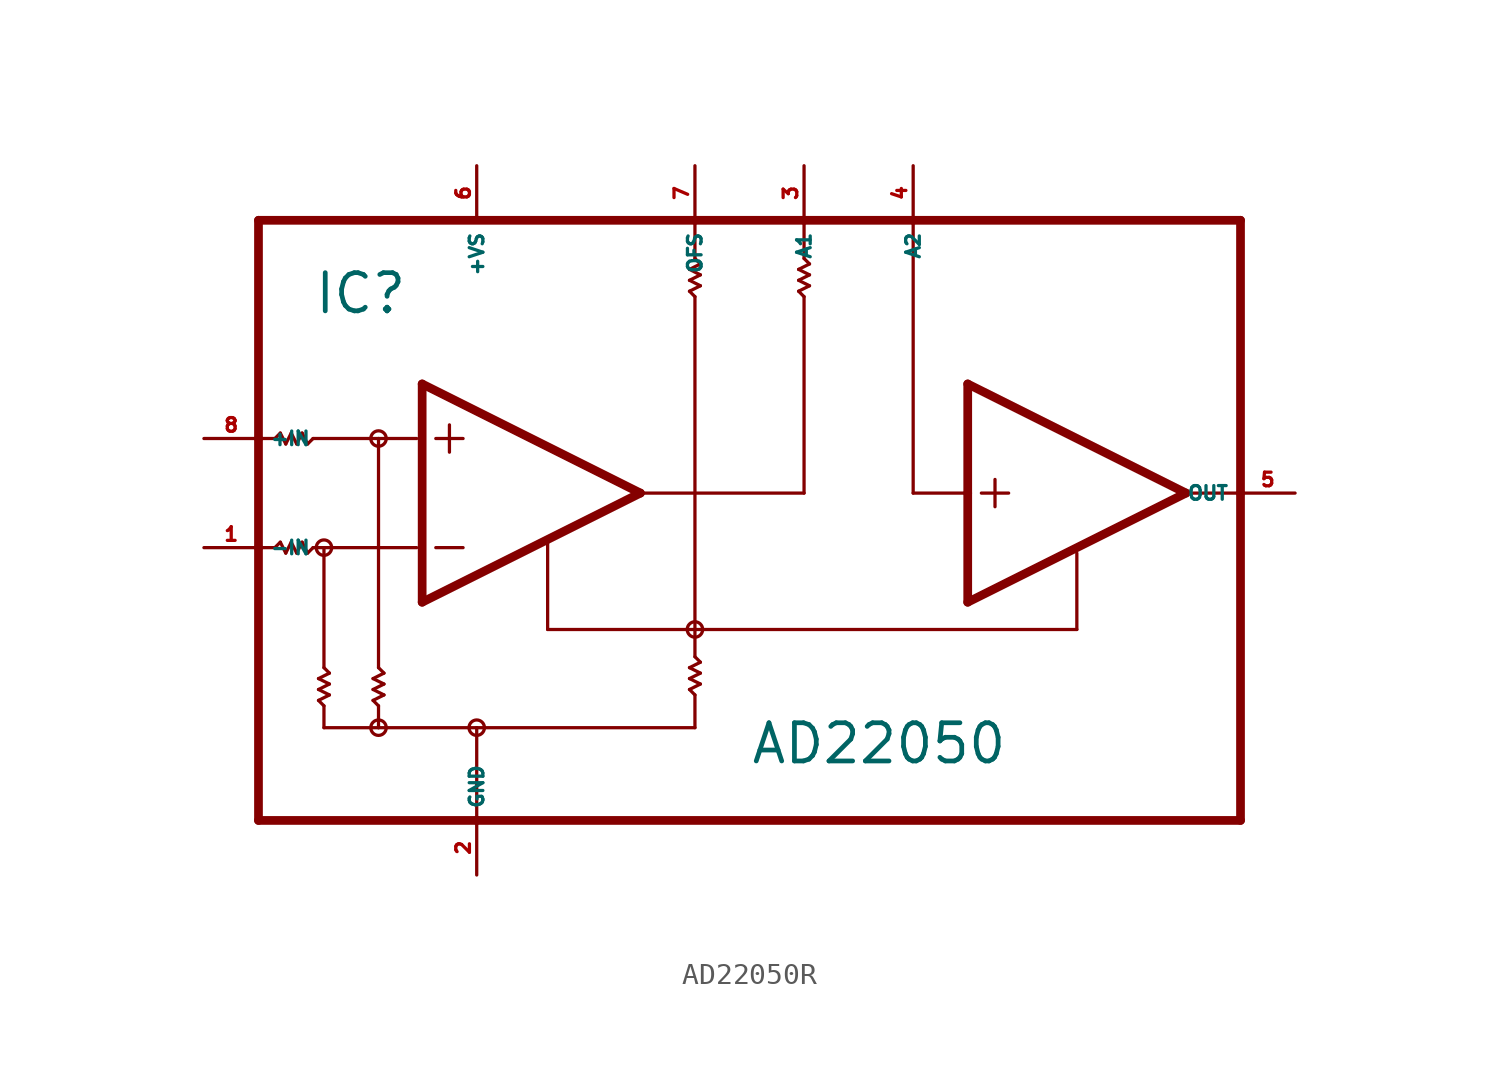
<source format=kicad_sym>
(kicad_symbol_lib
  (version 20220914)
  (generator Eagle2Kicad)
  (symbol "AD22050R"
    (property "Reference" "IC"
      (at -20.32 8.255 0)
      (effects (font (size 1.778 1.778) (thickness 0.22)) (justify left bottom)))
    (property "Value" "AD22050"
      (at 0 -12.7 0)
      (effects (font (size 1.778 1.778) (thickness 0.22)) (justify left bottom)))
    (polyline
      (pts (xy -15.24 5.08) (xy -15.24 -5.08))
      (stroke (width 0.406) (type default))
      (fill (type none)))
    (polyline
      (pts (xy -15.24 -5.08) (xy -5.08 0))
      (stroke (width 0.406) (type default))
      (fill (type none)))
    (polyline
      (pts (xy -5.08 0) (xy -15.24 5.08))
      (stroke (width 0.406) (type default))
      (fill (type none)))
    (polyline
      (pts (xy -13.97 3.175) (xy -13.97 1.905))
      (stroke (width 0.152) (type default))
      (fill (type none)))
    (polyline
      (pts (xy -14.605 2.54) (xy -13.335 2.54))
      (stroke (width 0.152) (type default))
      (fill (type none)))
    (polyline
      (pts (xy -14.605 -2.54) (xy -13.335 -2.54))
      (stroke (width 0.152) (type default))
      (fill (type none)))
    (polyline
      (pts (xy 10.16 5.08) (xy 10.16 0))
      (stroke (width 0.406) (type default))
      (fill (type none)))
    (polyline
      (pts (xy 10.16 0) (xy 10.16 -5.08))
      (stroke (width 0.406) (type default))
      (fill (type none)))
    (polyline
      (pts (xy 10.16 -5.08) (xy 20.32 0))
      (stroke (width 0.406) (type default))
      (fill (type none)))
    (polyline
      (pts (xy 20.32 0) (xy 10.16 5.08))
      (stroke (width 0.406) (type default))
      (fill (type none)))
    (polyline
      (pts (xy 11.43 0.635) (xy 11.43 -0.635))
      (stroke (width 0.152) (type default))
      (fill (type none)))
    (polyline
      (pts (xy 10.795 0) (xy 12.065 0))
      (stroke (width 0.152) (type default))
      (fill (type none)))
    (polyline
      (pts (xy -22.86 12.7) (xy -2.54 12.7))
      (stroke (width 0.406) (type default))
      (fill (type none)))
    (polyline
      (pts (xy -2.54 12.7) (xy 2.54 12.7))
      (stroke (width 0.406) (type default))
      (fill (type none)))
    (polyline
      (pts (xy 2.54 12.7) (xy 7.62 12.7))
      (stroke (width 0.406) (type default))
      (fill (type none)))
    (polyline
      (pts (xy 7.62 12.7) (xy 22.86 12.7))
      (stroke (width 0.406) (type default))
      (fill (type none)))
    (polyline
      (pts (xy 22.86 12.7) (xy 22.86 0))
      (stroke (width 0.406) (type default))
      (fill (type none)))
    (polyline
      (pts (xy 22.86 0) (xy 22.86 -15.24))
      (stroke (width 0.406) (type default))
      (fill (type none)))
    (polyline
      (pts (xy 22.86 -15.24) (xy -12.7 -15.24))
      (stroke (width 0.406) (type default))
      (fill (type none)))
    (polyline
      (pts (xy -12.7 -15.24) (xy -22.86 -15.24))
      (stroke (width 0.406) (type default))
      (fill (type none)))
    (polyline
      (pts (xy -22.86 -15.24) (xy -22.86 -2.54))
      (stroke (width 0.406) (type default))
      (fill (type none)))
    (polyline
      (pts (xy -22.86 -2.54) (xy -22.86 2.54))
      (stroke (width 0.406) (type default))
      (fill (type none)))
    (polyline
      (pts (xy -22.86 2.54) (xy -22.86 12.7))
      (stroke (width 0.406) (type default))
      (fill (type none)))
    (polyline
      (pts (xy -22.86 2.54) (xy -22.098 2.54))
      (stroke (width 0.152) (type default))
      (fill (type none)))
    (polyline
      (pts (xy -22.098 2.54) (xy -21.844 2.794))
      (stroke (width 0.152) (type default))
      (fill (type none)))
    (polyline
      (pts (xy -21.844 2.794) (xy -21.59 2.286))
      (stroke (width 0.152) (type default))
      (fill (type none)))
    (polyline
      (pts (xy -21.59 2.286) (xy -21.336 2.794))
      (stroke (width 0.152) (type default))
      (fill (type none)))
    (polyline
      (pts (xy -21.336 2.794) (xy -21.082 2.286))
      (stroke (width 0.152) (type default))
      (fill (type none)))
    (polyline
      (pts (xy -21.082 2.286) (xy -20.828 2.794))
      (stroke (width 0.152) (type default))
      (fill (type none)))
    (polyline
      (pts (xy -20.828 2.794) (xy -20.574 2.286))
      (stroke (width 0.152) (type default))
      (fill (type none)))
    (polyline
      (pts (xy -20.574 2.286) (xy -20.32 2.54))
      (stroke (width 0.152) (type default))
      (fill (type none)))
    (polyline
      (pts (xy -20.32 2.54) (xy -17.272 2.54))
      (stroke (width 0.152) (type default))
      (fill (type none)))
    (polyline
      (pts (xy -17.272 2.54) (xy -15.494 2.54))
      (stroke (width 0.152) (type default))
      (fill (type none)))
    (polyline
      (pts (xy -22.86 -2.54) (xy -22.098 -2.54))
      (stroke (width 0.152) (type default))
      (fill (type none)))
    (polyline
      (pts (xy -22.098 -2.54) (xy -21.844 -2.286))
      (stroke (width 0.152) (type default))
      (fill (type none)))
    (polyline
      (pts (xy -21.844 -2.286) (xy -21.59 -2.794))
      (stroke (width 0.152) (type default))
      (fill (type none)))
    (polyline
      (pts (xy -21.59 -2.794) (xy -21.336 -2.286))
      (stroke (width 0.152) (type default))
      (fill (type none)))
    (polyline
      (pts (xy -21.336 -2.286) (xy -21.082 -2.794))
      (stroke (width 0.152) (type default))
      (fill (type none)))
    (polyline
      (pts (xy -21.082 -2.794) (xy -20.828 -2.286))
      (stroke (width 0.152) (type default))
      (fill (type none)))
    (polyline
      (pts (xy -20.828 -2.286) (xy -20.574 -2.794))
      (stroke (width 0.152) (type default))
      (fill (type none)))
    (polyline
      (pts (xy -20.574 -2.794) (xy -20.32 -2.54))
      (stroke (width 0.152) (type default))
      (fill (type none)))
    (polyline
      (pts (xy -20.32 -2.54) (xy -19.812 -2.54))
      (stroke (width 0.152) (type default))
      (fill (type none)))
    (polyline
      (pts (xy -19.812 -2.54) (xy -15.494 -2.54))
      (stroke (width 0.152) (type default))
      (fill (type none)))
    (polyline
      (pts (xy -17.272 2.54) (xy -17.272 -8.128))
      (stroke (width 0.152) (type default))
      (fill (type none)))
    (polyline
      (pts (xy -19.812 -2.54) (xy -19.812 -8.128))
      (stroke (width 0.152) (type default))
      (fill (type none)))
    (polyline
      (pts (xy -19.812 -9.906) (xy -20.066 -9.652))
      (stroke (width 0.152) (type default))
      (fill (type none)))
    (polyline
      (pts (xy -20.066 -9.652) (xy -19.558 -9.398))
      (stroke (width 0.152) (type default))
      (fill (type none)))
    (polyline
      (pts (xy -19.558 -9.398) (xy -20.066 -9.144))
      (stroke (width 0.152) (type default))
      (fill (type none)))
    (polyline
      (pts (xy -20.066 -9.144) (xy -19.558 -8.89))
      (stroke (width 0.152) (type default))
      (fill (type none)))
    (polyline
      (pts (xy -19.558 -8.89) (xy -20.066 -8.636))
      (stroke (width 0.152) (type default))
      (fill (type none)))
    (polyline
      (pts (xy -20.066 -8.636) (xy -19.558 -8.382))
      (stroke (width 0.152) (type default))
      (fill (type none)))
    (polyline
      (pts (xy -19.558 -8.382) (xy -19.812 -8.128))
      (stroke (width 0.152) (type default))
      (fill (type none)))
    (polyline
      (pts (xy -17.272 -9.906) (xy -17.526 -9.652))
      (stroke (width 0.152) (type default))
      (fill (type none)))
    (polyline
      (pts (xy -17.526 -9.652) (xy -17.018 -9.398))
      (stroke (width 0.152) (type default))
      (fill (type none)))
    (polyline
      (pts (xy -17.018 -9.398) (xy -17.526 -9.144))
      (stroke (width 0.152) (type default))
      (fill (type none)))
    (polyline
      (pts (xy -17.526 -9.144) (xy -17.018 -8.89))
      (stroke (width 0.152) (type default))
      (fill (type none)))
    (polyline
      (pts (xy -17.018 -8.89) (xy -17.526 -8.636))
      (stroke (width 0.152) (type default))
      (fill (type none)))
    (polyline
      (pts (xy -17.526 -8.636) (xy -17.018 -8.382))
      (stroke (width 0.152) (type default))
      (fill (type none)))
    (polyline
      (pts (xy -17.018 -8.382) (xy -17.272 -8.128))
      (stroke (width 0.152) (type default))
      (fill (type none)))
    (polyline
      (pts (xy -2.54 9.144) (xy -2.794 9.398))
      (stroke (width 0.152) (type default))
      (fill (type none)))
    (polyline
      (pts (xy -2.794 9.398) (xy -2.286 9.652))
      (stroke (width 0.152) (type default))
      (fill (type none)))
    (polyline
      (pts (xy -2.286 9.652) (xy -2.794 9.906))
      (stroke (width 0.152) (type default))
      (fill (type none)))
    (polyline
      (pts (xy -2.794 9.906) (xy -2.286 10.16))
      (stroke (width 0.152) (type default))
      (fill (type none)))
    (polyline
      (pts (xy -2.286 10.16) (xy -2.794 10.414))
      (stroke (width 0.152) (type default))
      (fill (type none)))
    (polyline
      (pts (xy -2.794 10.414) (xy -2.286 10.668))
      (stroke (width 0.152) (type default))
      (fill (type none)))
    (polyline
      (pts (xy -2.286 10.668) (xy -2.54 10.922))
      (stroke (width 0.152) (type default))
      (fill (type none)))
    (polyline
      (pts (xy 2.54 9.144) (xy 2.286 9.398))
      (stroke (width 0.152) (type default))
      (fill (type none)))
    (polyline
      (pts (xy 2.286 9.398) (xy 2.794 9.652))
      (stroke (width 0.152) (type default))
      (fill (type none)))
    (polyline
      (pts (xy 2.794 9.652) (xy 2.286 9.906))
      (stroke (width 0.152) (type default))
      (fill (type none)))
    (polyline
      (pts (xy 2.286 9.906) (xy 2.794 10.16))
      (stroke (width 0.152) (type default))
      (fill (type none)))
    (polyline
      (pts (xy 2.794 10.16) (xy 2.286 10.414))
      (stroke (width 0.152) (type default))
      (fill (type none)))
    (polyline
      (pts (xy 2.286 10.414) (xy 2.794 10.668))
      (stroke (width 0.152) (type default))
      (fill (type none)))
    (polyline
      (pts (xy 2.794 10.668) (xy 2.54 10.922))
      (stroke (width 0.152) (type default))
      (fill (type none)))
    (polyline
      (pts (xy -2.54 -9.398) (xy -2.794 -9.144))
      (stroke (width 0.152) (type default))
      (fill (type none)))
    (polyline
      (pts (xy -2.794 -9.144) (xy -2.286 -8.89))
      (stroke (width 0.152) (type default))
      (fill (type none)))
    (polyline
      (pts (xy -2.286 -8.89) (xy -2.794 -8.636))
      (stroke (width 0.152) (type default))
      (fill (type none)))
    (polyline
      (pts (xy -2.794 -8.636) (xy -2.286 -8.382))
      (stroke (width 0.152) (type default))
      (fill (type none)))
    (polyline
      (pts (xy -2.286 -8.382) (xy -2.794 -8.128))
      (stroke (width 0.152) (type default))
      (fill (type none)))
    (polyline
      (pts (xy -2.794 -8.128) (xy -2.286 -7.874))
      (stroke (width 0.152) (type default))
      (fill (type none)))
    (polyline
      (pts (xy -2.286 -7.874) (xy -2.54 -7.62))
      (stroke (width 0.152) (type default))
      (fill (type none)))
    (polyline
      (pts (xy -2.54 12.7) (xy -2.54 10.922))
      (stroke (width 0.152) (type default))
      (fill (type none)))
    (polyline
      (pts (xy 2.54 12.7) (xy 2.54 10.922))
      (stroke (width 0.152) (type default))
      (fill (type none)))
    (polyline
      (pts (xy -2.54 9.144) (xy -2.54 -6.35))
      (stroke (width 0.152) (type default))
      (fill (type none)))
    (polyline
      (pts (xy -2.54 -6.35) (xy -2.54 -7.62))
      (stroke (width 0.152) (type default))
      (fill (type none)))
    (polyline
      (pts (xy -19.812 -9.906) (xy -19.812 -10.922))
      (stroke (width 0.152) (type default))
      (fill (type none)))
    (polyline
      (pts (xy -19.812 -10.922) (xy -17.272 -10.922))
      (stroke (width 0.152) (type default))
      (fill (type none)))
    (polyline
      (pts (xy -17.272 -10.922) (xy -17.272 -9.906))
      (stroke (width 0.152) (type default))
      (fill (type none)))
    (polyline
      (pts (xy -17.272 -10.922) (xy -12.7 -10.922))
      (stroke (width 0.152) (type default))
      (fill (type none)))
    (polyline
      (pts (xy -12.7 -10.922) (xy -2.54 -10.922))
      (stroke (width 0.152) (type default))
      (fill (type none)))
    (polyline
      (pts (xy -2.54 -10.922) (xy -2.54 -9.398))
      (stroke (width 0.152) (type default))
      (fill (type none)))
    (polyline
      (pts (xy -5.334 0) (xy 2.54 0))
      (stroke (width 0.152) (type default))
      (fill (type none)))
    (polyline
      (pts (xy 2.54 0) (xy 2.54 9.144))
      (stroke (width 0.152) (type default))
      (fill (type none)))
    (polyline
      (pts (xy -9.398 -2.286) (xy -9.398 -6.35))
      (stroke (width 0.152) (type default))
      (fill (type none)))
    (polyline
      (pts (xy -9.398 -6.35) (xy -2.54 -6.35))
      (stroke (width 0.152) (type default))
      (fill (type none)))
    (polyline
      (pts (xy -2.54 -6.35) (xy 15.24 -6.35))
      (stroke (width 0.152) (type default))
      (fill (type none)))
    (polyline
      (pts (xy 15.24 -6.35) (xy 15.24 -2.794))
      (stroke (width 0.152) (type default))
      (fill (type none)))
    (polyline
      (pts (xy -12.7 -10.922) (xy -12.7 -15.24))
      (stroke (width 0.152) (type default))
      (fill (type none)))
    (polyline
      (pts (xy 7.62 12.7) (xy 7.62 0))
      (stroke (width 0.152) (type default))
      (fill (type none)))
    (polyline
      (pts (xy 7.62 0) (xy 10.16 0))
      (stroke (width 0.152) (type default))
      (fill (type none)))
    (polyline
      (pts (xy 20.32 0) (xy 22.86 0))
      (stroke (width 0.152) (type default))
      (fill (type none)))
    (circle
      (center -17.272 2.54)
      (radius 0.359)
      (stroke (width 0) (type default))
      (fill (type none)))
    (circle
      (center -19.812 -2.54)
      (radius 0.359)
      (stroke (width 0) (type default))
      (fill (type none)))
    (circle
      (center -17.272 -10.922)
      (radius 0.359)
      (stroke (width 0) (type default))
      (fill (type none)))
    (circle
      (center -12.7 -10.922)
      (radius 0.359)
      (stroke (width 0) (type default))
      (fill (type none)))
    (circle
      (center -2.54 -6.35)
      (radius 0.359)
      (stroke (width 0) (type default))
      (fill (type none)))
    (pin input line
      (at -25.4 -2.54 0)
      (length 2.54)
      (name "-IN" (effects (font (size 0.635 0.635) (thickness 0.08)) (justify left bottom)))
      (number "1" (effects (font (size 0.635 0.635) (thickness 0.08)) (justify left bottom))))
    (pin input line
      (at -25.4 2.54 0)
      (length 2.54)
      (name "+IN" (effects (font (size 0.635 0.635) (thickness 0.08)) (justify left bottom)))
      (number "8" (effects (font (size 0.635 0.635) (thickness 0.08)) (justify left bottom))))
    (pin output line
      (at 2.54 15.24 270)
      (length 2.54)
      (name "A1" (effects (font (size 0.635 0.635) (thickness 0.08)) (justify left bottom)))
      (number "3" (effects (font (size 0.635 0.635) (thickness 0.08)) (justify left bottom))))
    (pin unspecified line
      (at -12.7 15.24 270)
      (length 2.54)
      (name "+VS" (effects (font (size 0.635 0.635) (thickness 0.08)) (justify left bottom)))
      (number "6" (effects (font (size 0.635 0.635) (thickness 0.08)) (justify left bottom))))
    (pin unspecified line
      (at -12.7 -17.78 90)
      (length 2.54)
      (name "GND" (effects (font (size 0.635 0.635) (thickness 0.08)) (justify left bottom)))
      (number "2" (effects (font (size 0.635 0.635) (thickness 0.08)) (justify left bottom))))
    (pin passive line
      (at -2.54 15.24 270)
      (length 2.54)
      (name "OFS" (effects (font (size 0.635 0.635) (thickness 0.08)) (justify left bottom)))
      (number "7" (effects (font (size 0.635 0.635) (thickness 0.08)) (justify left bottom))))
    (pin input line
      (at 7.62 15.24 270)
      (length 2.54)
      (name "A2" (effects (font (size 0.635 0.635) (thickness 0.08)) (justify left bottom)))
      (number "4" (effects (font (size 0.635 0.635) (thickness 0.08)) (justify left bottom))))
    (pin output line
      (at 25.4 0 180)
      (length 2.54)
      (name "OUT" (effects (font (size 0.635 0.635) (thickness 0.08)) (justify left bottom)))
      (number "5" (effects (font (size 0.635 0.635) (thickness 0.08)) (justify left bottom))))))
</source>
